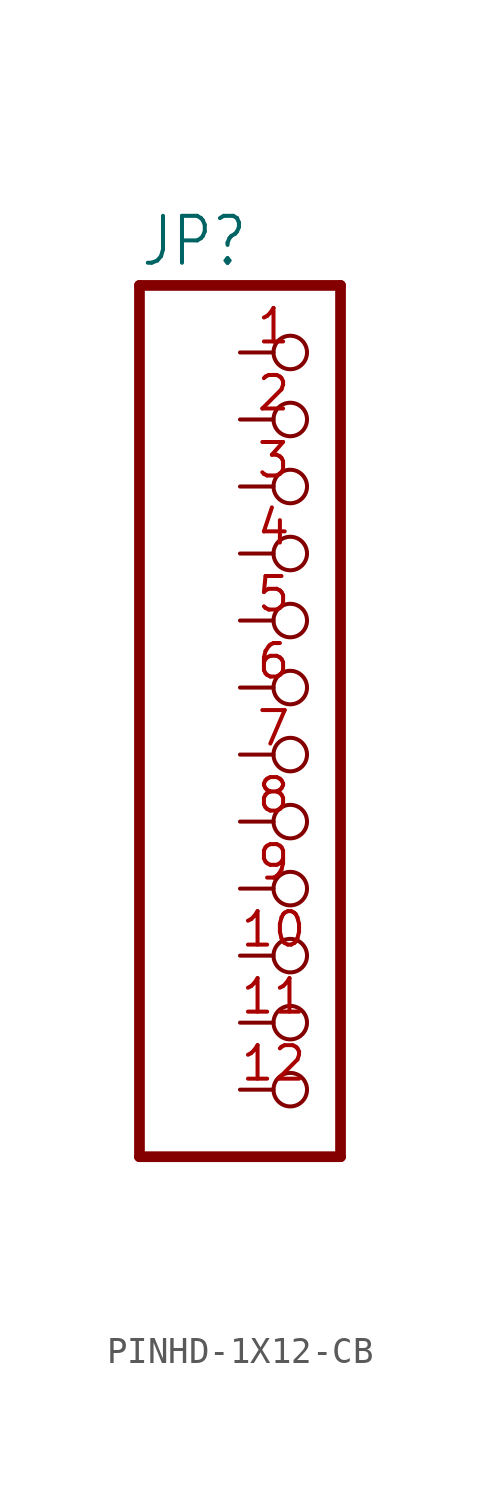
<source format=kicad_sym>
(kicad_symbol_lib
  (version 20220914)
  (generator kicad_symbol_editor)
  (symbol "PINHD-1X12-CB"
    (property "Reference" "JP"
      (at -6.35 15.875 0)
      (effects (font (size 1.778 1.511)) (justify left bottom)))
    (property "Value" ""
      (at -6.35 -20.32 0)
      (effects (font (size 1.778 1.511)) (justify left bottom)))
    (property "ki_locked" ""
      (at 0 0 0)
      (effects (font (size 1.27 1.27))))
    (symbol "PINHD-1X12-CB_1_0"
      (polyline (pts (xy -6.35 -17.78) (xy 1.27 -17.78)) (stroke (width 0.406) (type solid)) (fill (type none)))
      (polyline (pts (xy -6.35 15.24) (xy -6.35 -17.78)) (stroke (width 0.406) (type solid)) (fill (type none)))
      (polyline (pts (xy 1.27 -17.78) (xy 1.27 15.24)) (stroke (width 0.406) (type solid)) (fill (type none)))
      (polyline (pts (xy 1.27 15.24) (xy -6.35 15.24)) (stroke (width 0.406) (type solid)) (fill (type none)))
      (pin passive inverted (at -2.54 12.7 0) (length 2.54) (name "1" (effects (font (size 0 0)))) (number "1" (effects (font (size 1.27 1.27)))))
      (pin passive inverted (at -2.54 -10.16 0) (length 2.54) (name "10" (effects (font (size 0 0)))) (number "10" (effects (font (size 1.27 1.27)))))
      (pin passive inverted (at -2.54 -12.7 0) (length 2.54) (name "11" (effects (font (size 0 0)))) (number "11" (effects (font (size 1.27 1.27)))))
      (pin passive inverted (at -2.54 -15.24 0) (length 2.54) (name "12" (effects (font (size 0 0)))) (number "12" (effects (font (size 1.27 1.27)))))
      (pin passive inverted (at -2.54 10.16 0) (length 2.54) (name "2" (effects (font (size 0 0)))) (number "2" (effects (font (size 1.27 1.27)))))
      (pin passive inverted (at -2.54 7.62 0) (length 2.54) (name "3" (effects (font (size 0 0)))) (number "3" (effects (font (size 1.27 1.27)))))
      (pin passive inverted (at -2.54 5.08 0) (length 2.54) (name "4" (effects (font (size 0 0)))) (number "4" (effects (font (size 1.27 1.27)))))
      (pin passive inverted (at -2.54 2.54 0) (length 2.54) (name "5" (effects (font (size 0 0)))) (number "5" (effects (font (size 1.27 1.27)))))
      (pin passive inverted (at -2.54 0 0) (length 2.54) (name "6" (effects (font (size 0 0)))) (number "6" (effects (font (size 1.27 1.27)))))
      (pin passive inverted (at -2.54 -2.54 0) (length 2.54) (name "7" (effects (font (size 0 0)))) (number "7" (effects (font (size 1.27 1.27)))))
      (pin passive inverted (at -2.54 -5.08 0) (length 2.54) (name "8" (effects (font (size 0 0)))) (number "8" (effects (font (size 1.27 1.27)))))
      (pin passive inverted (at -2.54 -7.62 0) (length 2.54) (name "9" (effects (font (size 0 0)))) (number "9" (effects (font (size 1.27 1.27))))))))
</source>
